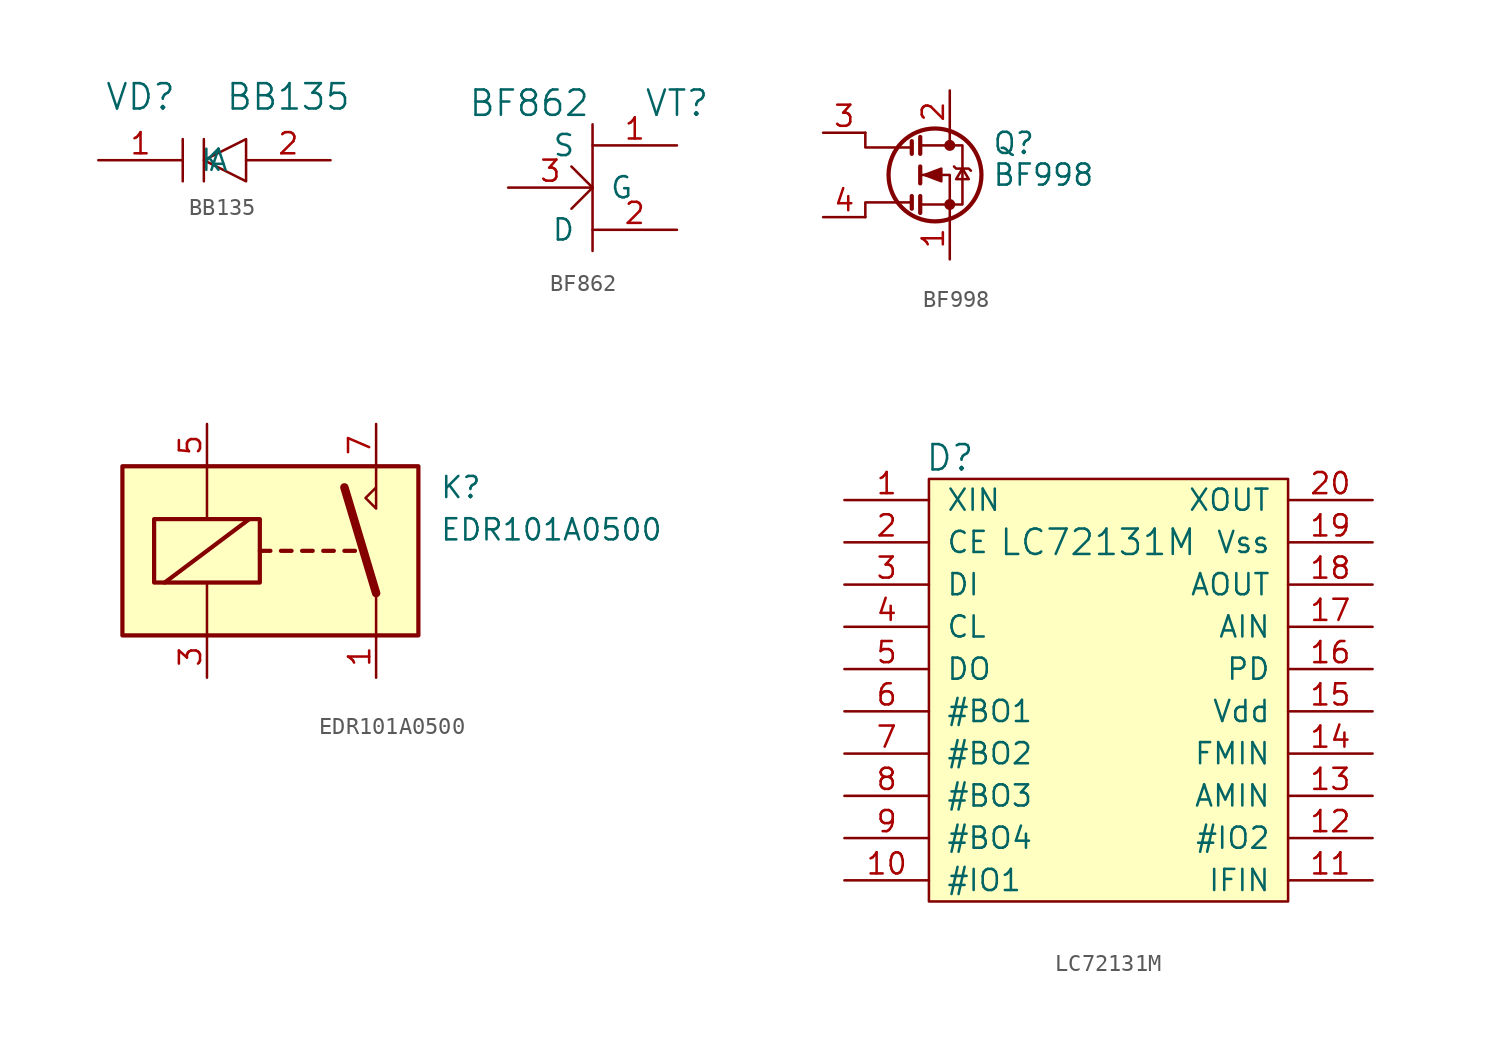
<source format=kicad_sym>
(kicad_symbol_lib
  (version 20211014)
  (generator kicad_symbol_editor)
  (symbol "BB135"
    (pin_names
      (offset 1.016))
    (property "Reference" "VD"
      (at -3.81 2.54 0)
      (effects (font (size 1.524 1.524))))
    (property "Value" "BB135"
      (at 5.08 2.54 0)
      (effects (font (size 1.524 1.524))))
    (symbol "BB135_0_1"
      (polyline (pts (xy -1.27 0) (xy -1.27 -2.54)) (stroke (width 0) (type default) (color 0 0 0 0)) (fill (type none)))
      (polyline (pts (xy 0 0) (xy 0 -2.54)) (stroke (width 0) (type default) (color 0 0 0 0)) (fill (type none)))
      (polyline (pts (xy 0 -1.27) (xy 2.54 0) (xy 2.54 -2.54) (xy 0 -1.27)) (stroke (width 0) (type default) (color 0 0 0 0)) (fill (type none))))
    (symbol "BB135_1_1"
      (pin output line (at -6.35 -1.27 0) (length 5.08) (name "K" (effects (font (size 1.27 1.27)))) (number "1" (effects (font (size 1.27 1.27)))))
      (pin output line (at 7.62 -1.27 180) (length 5.08) (name "A" (effects (font (size 1.27 1.27)))) (number "2" (effects (font (size 1.27 1.27)))))))
  (symbol "BF862"
    (pin_names
      (offset 1.016))
    (property "Reference" "VT"
      (at 3.81 0 0)
      (effects (font (size 1.524 1.524))))
    (property "Value" "BF862"
      (at -5.08 0 0)
      (effects (font (size 1.524 1.524))))
    (symbol "BF862_0_1"
      (polyline (pts (xy -1.27 -5.08) (xy -2.54 -6.35)) (stroke (width 0) (type default) (color 0 0 0 0)) (fill (type none)))
      (polyline (pts (xy -1.27 -5.08) (xy -2.54 -3.81)) (stroke (width 0) (type default) (color 0 0 0 0)) (fill (type none)))
      (polyline (pts (xy -1.27 -1.27) (xy -1.27 -8.89)) (stroke (width 0) (type default) (color 0 0 0 0)) (fill (type none))))
    (symbol "BF862_1_1"
      (pin output line (at 3.81 -2.54 180) (length 5.08) (name "S" (effects (font (size 1.27 1.27)))) (number "1" (effects (font (size 1.27 1.27)))))
      (pin output line (at 3.81 -7.62 180) (length 5.08) (name "D" (effects (font (size 1.27 1.27)))) (number "2" (effects (font (size 1.27 1.27)))))
      (pin input line (at -6.35 -5.08 0) (length 5.08) (name "G" (effects (font (size 1.27 1.27)))) (number "3" (effects (font (size 1.27 1.27)))))))
  (symbol "BF998"
    (pin_names hide)
    (property "Reference" "Q"
      (at 5.08 1.905 0)
      (effects (font (size 1.27 1.27)) (justify left)))
    (property "Value" "BF998"
      (at 5.08 0 0)
      (effects (font (size 1.27 1.27)) (justify left)))
    (symbol "BF998_0_1"
      (polyline (pts (xy 0.254 -2.032) (xy 0.254 -1.27)) (stroke (width 0.254) (type default) (color 0 0 0 0)) (fill (type none)))
      (polyline (pts (xy 0.254 2.032) (xy 0.254 1.27)) (stroke (width 0.254) (type default) (color 0 0 0 0)) (fill (type none)))
      (polyline (pts (xy 0.762 -1.27) (xy 0.762 -2.286)) (stroke (width 0.254) (type default) (color 0 0 0 0)) (fill (type none)))
      (polyline (pts (xy 0.762 0.508) (xy 0.762 -0.508)) (stroke (width 0.254) (type default) (color 0 0 0 0)) (fill (type none)))
      (polyline (pts (xy 0.762 2.286) (xy 0.762 1.27)) (stroke (width 0.254) (type default) (color 0 0 0 0)) (fill (type none)))
      (polyline (pts (xy 2.54 2.54) (xy 2.54 1.778)) (stroke (width 0) (type default) (color 0 0 0 0)) (fill (type none)))
      (polyline (pts (xy 0.254 -1.651) (xy -2.54 -1.651) (xy -2.54 -2.54)) (stroke (width 0) (type default) (color 0 0 0 0)) (fill (type none)))
      (polyline (pts (xy 0.254 1.651) (xy -2.54 1.651) (xy -2.54 2.54)) (stroke (width 0) (type default) (color 0 0 0 0)) (fill (type none)))
      (polyline (pts (xy 2.54 -2.54) (xy 2.54 0) (xy 0.762 0)) (stroke (width 0) (type default) (color 0 0 0 0)) (fill (type none)))
      (polyline (pts (xy 0.762 -1.778) (xy 3.302 -1.778) (xy 3.302 1.778) (xy 0.762 1.778)) (stroke (width 0) (type default) (color 0 0 0 0)) (fill (type none)))
      (polyline (pts (xy 1.016 0) (xy 2.032 0.381) (xy 2.032 -0.381) (xy 1.016 0)) (stroke (width 0) (type default) (color 0 0 0 0)) (fill (type outline)))
      (polyline (pts (xy 2.794 0.508) (xy 2.921 0.381) (xy 3.683 0.381) (xy 3.81 0.254)) (stroke (width 0) (type default) (color 0 0 0 0)) (fill (type none)))
      (polyline (pts (xy 3.302 0.381) (xy 2.921 -0.254) (xy 3.683 -0.254) (xy 3.302 0.381)) (stroke (width 0) (type default) (color 0 0 0 0)) (fill (type none)))
      (circle (center 1.651 0) (radius 2.794) (stroke (width 0.254) (type default) (color 0 0 0 0)) (fill (type none)))
      (circle (center 2.54 -1.778) (radius 0.254) (stroke (width 0) (type default) (color 0 0 0 0)) (fill (type outline)))
      (circle (center 2.54 1.778) (radius 0.254) (stroke (width 0) (type default) (color 0 0 0 0)) (fill (type outline))))
    (symbol "BF998_1_1"
      (pin passive line (at 2.54 -5.08 90) (length 2.54) (name "S" (effects (font (size 1.27 1.27)))) (number "1" (effects (font (size 1.27 1.27)))))
      (pin passive line (at 2.54 5.08 270) (length 2.54) (name "D" (effects (font (size 1.27 1.27)))) (number "2" (effects (font (size 1.27 1.27)))))
      (pin passive line (at -5.08 2.54 0) (length 2.54) (name "G2" (effects (font (size 1.27 1.27)))) (number "3" (effects (font (size 1.27 1.27)))))
      (pin passive line (at -5.08 -2.54 0) (length 2.54) (name "G1" (effects (font (size 1.27 1.27)))) (number "4" (effects (font (size 1.27 1.27)))))))
  (symbol "EDR101A0500"
    (property "Reference" "K"
      (at 8.89 3.81 0)
      (effects (font (size 1.27 1.27)) (justify left)))
    (property "Value" "EDR101A0500"
      (at 8.89 1.27 0)
      (effects (font (size 1.27 1.27)) (justify left)))
    (symbol "EDR101A0500_0_0"
      (polyline (pts (xy 5.08 5.08) (xy 5.08 2.54) (xy 4.445 3.175) (xy 5.08 3.81)) (stroke (width 0) (type default) (color 0 0 0 0)) (fill (type none))))
    (symbol "EDR101A0500_0_1"
      (rectangle (start -10.16 5.08) (end 7.62 -5.08) (stroke (width 0.254) (type default) (color 0 0 0 0)) (fill (type background)))
      (rectangle (start -8.255 1.905) (end -1.905 -1.905) (stroke (width 0.254) (type default) (color 0 0 0 0)) (fill (type none)))
      (polyline (pts (xy -7.62 -1.905) (xy -2.54 1.905)) (stroke (width 0.254) (type default) (color 0 0 0 0)) (fill (type none)))
      (polyline (pts (xy -5.08 -5.08) (xy -5.08 -1.905)) (stroke (width 0) (type default) (color 0 0 0 0)) (fill (type none)))
      (polyline (pts (xy -5.08 5.08) (xy -5.08 1.905)) (stroke (width 0) (type default) (color 0 0 0 0)) (fill (type none)))
      (polyline (pts (xy -1.905 0) (xy -1.27 0)) (stroke (width 0.254) (type default) (color 0 0 0 0)) (fill (type none)))
      (polyline (pts (xy -0.635 0) (xy 0 0)) (stroke (width 0.254) (type default) (color 0 0 0 0)) (fill (type none)))
      (polyline (pts (xy 0.635 0) (xy 1.27 0)) (stroke (width 0.254) (type default) (color 0 0 0 0)) (fill (type none)))
      (polyline (pts (xy 1.905 0) (xy 2.54 0)) (stroke (width 0.254) (type default) (color 0 0 0 0)) (fill (type none)))
      (polyline (pts (xy 3.175 0) (xy 3.81 0)) (stroke (width 0.254) (type default) (color 0 0 0 0)) (fill (type none)))
      (polyline (pts (xy 5.08 -2.54) (xy 3.175 3.81)) (stroke (width 0.508) (type default) (color 0 0 0 0)) (fill (type none)))
      (polyline (pts (xy 5.08 -2.54) (xy 5.08 -5.08)) (stroke (width 0) (type default) (color 0 0 0 0)) (fill (type none))))
    (symbol "EDR101A0500_1_1"
      (pin passive line (at 5.08 -7.62 90) (length 2.54) (name "~" (effects (font (size 1.27 1.27)))) (number "1" (effects (font (size 1.27 1.27)))))
      (pin passive line (at -5.08 -7.62 90) (length 2.54) (name "~" (effects (font (size 1.27 1.27)))) (number "3" (effects (font (size 1.27 1.27)))))
      (pin passive line (at -5.08 7.62 270) (length 2.54) (name "~" (effects (font (size 1.27 1.27)))) (number "5" (effects (font (size 1.27 1.27)))))
      (pin passive line (at 5.08 7.62 270) (length 2.54) (name "~" (effects (font (size 1.27 1.27)))) (number "7" (effects (font (size 1.27 1.27)))))))
  (symbol "LC72131M"
    (pin_names
      (offset 1.016))
    (property "Reference" "D"
      (at -10.16 13.97 0)
      (effects (font (size 1.524 1.524))))
    (property "Value" "LC72131M"
      (at -1.27 8.89 0)
      (effects (font (size 1.524 1.524))))
    (symbol "LC72131M_0_1"
      (rectangle (start -11.43 12.7) (end 10.16 -12.7) (stroke (width 0) (type default) (color 0 0 0 0)) (fill (type background))))
    (symbol "LC72131M_1_1"
      (pin input line (at -16.51 11.43 0) (length 5.08) (name "XIN" (effects (font (size 1.27 1.27)))) (number "1" (effects (font (size 1.27 1.27)))))
      (pin bidirectional line (at -16.51 -11.43 0) (length 5.08) (name "#IO1" (effects (font (size 1.27 1.27)))) (number "10" (effects (font (size 1.27 1.27)))))
      (pin input line (at 15.24 -11.43 180) (length 5.08) (name "IFIN" (effects (font (size 1.27 1.27)))) (number "11" (effects (font (size 1.27 1.27)))))
      (pin bidirectional line (at 15.24 -8.89 180) (length 5.08) (name "#IO2" (effects (font (size 1.27 1.27)))) (number "12" (effects (font (size 1.27 1.27)))))
      (pin input line (at 15.24 -6.35 180) (length 5.08) (name "AMIN" (effects (font (size 1.27 1.27)))) (number "13" (effects (font (size 1.27 1.27)))))
      (pin input line (at 15.24 -3.81 180) (length 5.08) (name "FMIN" (effects (font (size 1.27 1.27)))) (number "14" (effects (font (size 1.27 1.27)))))
      (pin power_in line (at 15.24 -1.27 180) (length 5.08) (name "Vdd" (effects (font (size 1.27 1.27)))) (number "15" (effects (font (size 1.27 1.27)))))
      (pin output line (at 15.24 1.27 180) (length 5.08) (name "PD" (effects (font (size 1.27 1.27)))) (number "16" (effects (font (size 1.27 1.27)))))
      (pin input line (at 15.24 3.81 180) (length 5.08) (name "AIN" (effects (font (size 1.27 1.27)))) (number "17" (effects (font (size 1.27 1.27)))))
      (pin open_collector line (at 15.24 6.35 180) (length 5.08) (name "AOUT" (effects (font (size 1.27 1.27)))) (number "18" (effects (font (size 1.27 1.27)))))
      (pin power_in line (at 15.24 8.89 180) (length 5.08) (name "Vss" (effects (font (size 1.27 1.27)))) (number "19" (effects (font (size 1.27 1.27)))))
      (pin input line (at -16.51 8.89 0) (length 5.08) (name "CE" (effects (font (size 1.27 1.27)))) (number "2" (effects (font (size 1.27 1.27)))))
      (pin output line (at 15.24 11.43 180) (length 5.08) (name "XOUT" (effects (font (size 1.27 1.27)))) (number "20" (effects (font (size 1.27 1.27)))))
      (pin input line (at -16.51 6.35 0) (length 5.08) (name "DI" (effects (font (size 1.27 1.27)))) (number "3" (effects (font (size 1.27 1.27)))))
      (pin input line (at -16.51 3.81 0) (length 5.08) (name "CL" (effects (font (size 1.27 1.27)))) (number "4" (effects (font (size 1.27 1.27)))))
      (pin open_collector line (at -16.51 1.27 0) (length 5.08) (name "DO" (effects (font (size 1.27 1.27)))) (number "5" (effects (font (size 1.27 1.27)))))
      (pin open_collector line (at -16.51 -1.27 0) (length 5.08) (name "#BO1" (effects (font (size 1.27 1.27)))) (number "6" (effects (font (size 1.27 1.27)))))
      (pin open_collector line (at -16.51 -3.81 0) (length 5.08) (name "#BO2" (effects (font (size 1.27 1.27)))) (number "7" (effects (font (size 1.27 1.27)))))
      (pin open_collector line (at -16.51 -6.35 0) (length 5.08) (name "#BO3" (effects (font (size 1.27 1.27)))) (number "8" (effects (font (size 1.27 1.27)))))
      (pin open_collector line (at -16.51 -8.89 0) (length 5.08) (name "#BO4" (effects (font (size 1.27 1.27)))) (number "9" (effects (font (size 1.27 1.27))))))))
</source>
